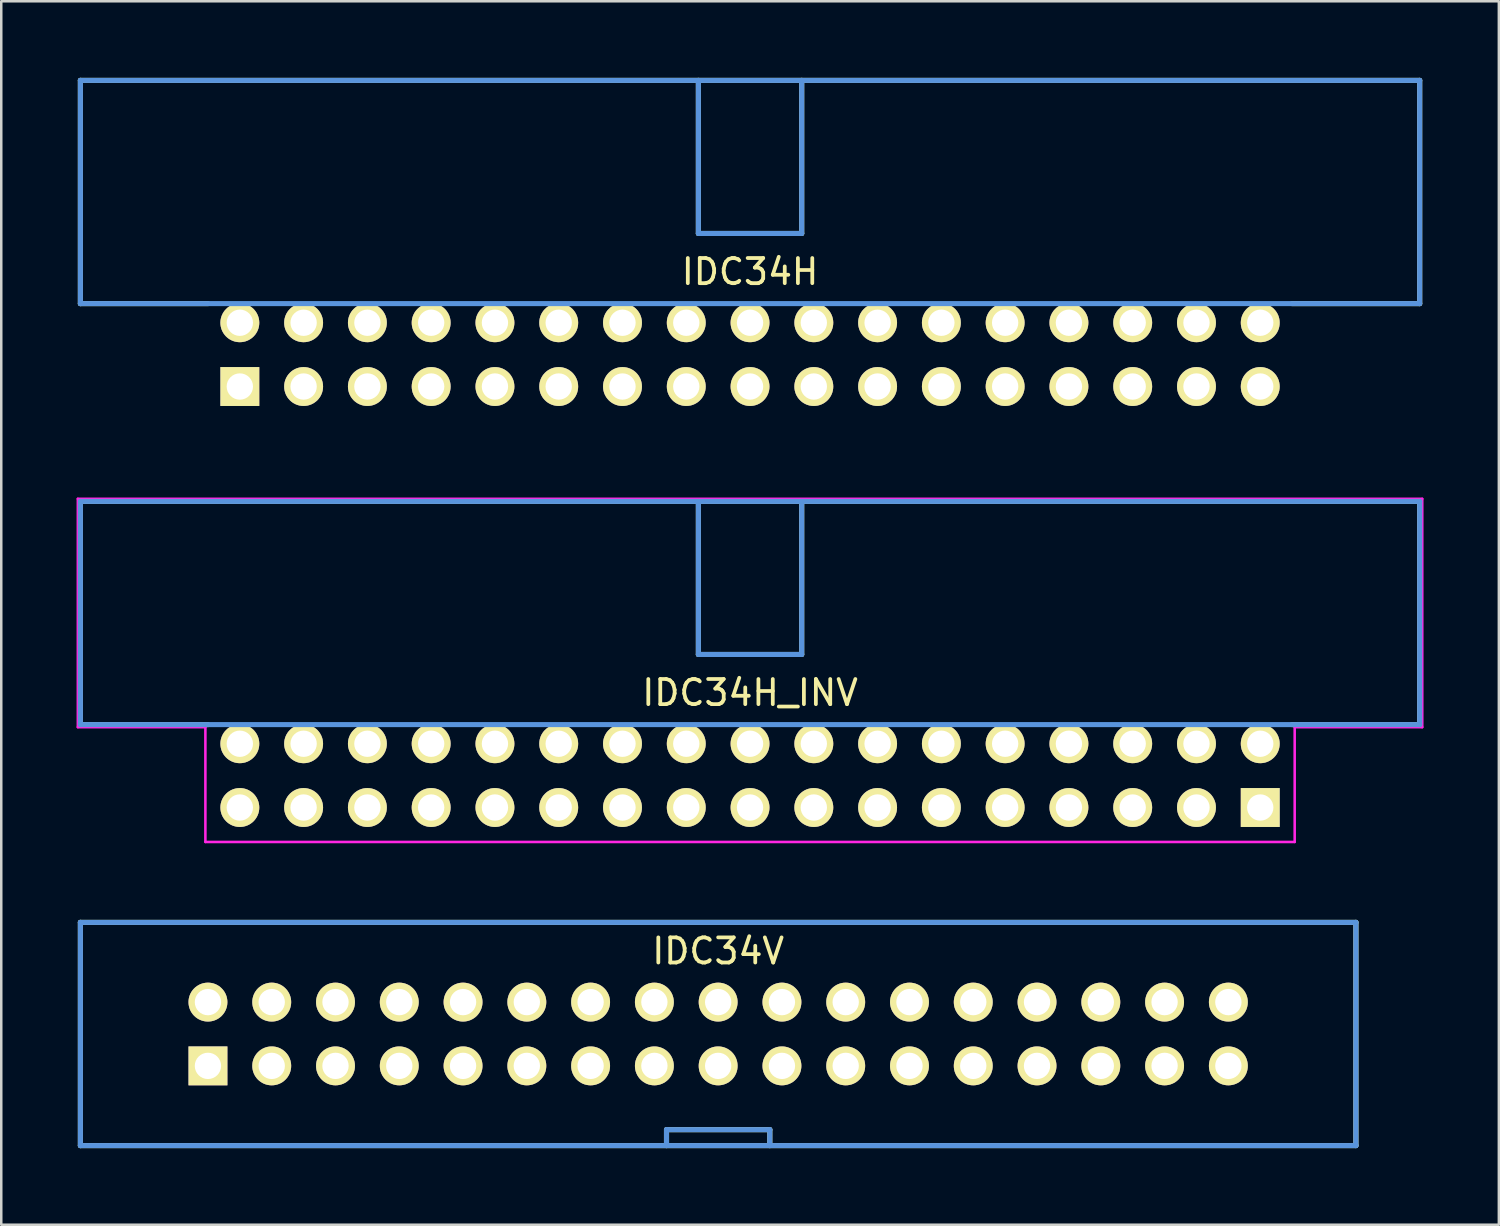
<source format=kicad_pcb>
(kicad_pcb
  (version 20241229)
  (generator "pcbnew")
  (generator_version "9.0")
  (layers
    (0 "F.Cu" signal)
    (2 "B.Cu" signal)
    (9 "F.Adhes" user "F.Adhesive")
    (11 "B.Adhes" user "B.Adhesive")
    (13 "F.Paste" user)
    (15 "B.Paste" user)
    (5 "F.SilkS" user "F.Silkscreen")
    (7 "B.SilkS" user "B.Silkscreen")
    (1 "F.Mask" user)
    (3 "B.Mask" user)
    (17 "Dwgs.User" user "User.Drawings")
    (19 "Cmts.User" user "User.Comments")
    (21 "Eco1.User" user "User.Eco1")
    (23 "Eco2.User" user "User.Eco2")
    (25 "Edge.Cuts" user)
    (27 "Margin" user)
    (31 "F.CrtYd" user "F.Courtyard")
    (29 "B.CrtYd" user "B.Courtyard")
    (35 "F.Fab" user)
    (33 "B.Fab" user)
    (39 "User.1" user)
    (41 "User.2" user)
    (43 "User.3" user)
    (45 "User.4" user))
  (footprint "IDC34H_INV"
    (layer "F.Cu")
    (at 6.502 29.111)
    (property "Reference" "IDC34H_INV" (at 20.32 -4.572 0) (layer "F.SilkS") (effects (font (size 1.001 1.001) (thickness 0.15))))
    (attr through_hole)
    (fp_line (start -6.35 -12.192) (end 46.99 -12.192) (stroke (width 0.203) (type solid)) (layer "F.SilkS"))
    (fp_line (start -6.35 -3.302) (end -6.35 -12.192) (stroke (width 0.203) (type solid)) (layer "F.SilkS"))
    (fp_line (start -6.35 -3.302) (end -1.27 -3.302) (stroke (width 0.203) (type solid)) (layer "F.SilkS"))
    (fp_line (start 18.263 -12.192) (end 18.263 -6.096) (stroke (width 0.203) (type solid)) (layer "F.SilkS"))
    (fp_line (start 18.263 -6.096) (end 22.377 -6.096) (stroke (width 0.203) (type solid)) (layer "F.SilkS"))
    (fp_line (start 22.377 -12.192) (end 22.377 -6.096) (stroke (width 0.203) (type solid)) (layer "F.SilkS"))
    (fp_line (start 46.99 -12.192) (end 46.99 -3.302) (stroke (width 0.203) (type solid)) (layer "F.SilkS"))
    (fp_line (start 46.99 -3.302) (end 41.91 -3.302) (stroke (width 0.203) (type solid)) (layer "F.SilkS"))
    (fp_line (start -6.35 -12.192) (end -6.35 -3.302) (stroke (width 0.203) (type solid)) (layer "Cmts.User"))
    (fp_line (start -6.35 -3.302) (end 46.99 -3.302) (stroke (width 0.203) (type solid)) (layer "Cmts.User"))
    (fp_line (start 18.263 -12.192) (end 18.263 -6.096) (stroke (width 0.203) (type solid)) (layer "Cmts.User"))
    (fp_line (start 18.263 -6.096) (end 22.377 -6.096) (stroke (width 0.203) (type solid)) (layer "Cmts.User"))
    (fp_line (start 22.377 -12.192) (end 22.377 -6.096) (stroke (width 0.203) (type solid)) (layer "Cmts.User"))
    (fp_line (start 46.99 -12.192) (end -6.35 -12.192) (stroke (width 0.203) (type solid)) (layer "Cmts.User"))
    (fp_line (start 46.99 -3.302) (end 46.99 -12.192) (stroke (width 0.203) (type solid)) (layer "Cmts.User"))
    (fp_line (start -6.452 -12.294) (end -6.452 -3.2) (stroke (width 0.102) (type solid)) (layer "F.CrtYd"))
    (fp_line (start -6.452 -3.2) (end -1.372 -3.2) (stroke (width 0.102) (type solid)) (layer "F.CrtYd"))
    (fp_line (start -1.372 -3.2) (end -1.372 1.372) (stroke (width 0.102) (type solid)) (layer "F.CrtYd"))
    (fp_line (start -1.372 1.372) (end 42.012 1.372) (stroke (width 0.102) (type solid)) (layer "F.CrtYd"))
    (fp_line (start 42.012 -3.2) (end 47.092 -3.2) (stroke (width 0.102) (type solid)) (layer "F.CrtYd"))
    (fp_line (start 42.012 1.372) (end 42.012 -3.2) (stroke (width 0.102) (type solid)) (layer "F.CrtYd"))
    (fp_line (start 47.092 -12.294) (end -6.452 -12.294) (stroke (width 0.102) (type solid)) (layer "F.CrtYd"))
    (fp_line (start 47.092 -3.2) (end 47.092 -12.294) (stroke (width 0.102) (type solid)) (layer "F.CrtYd"))
    (pad "1" thru_hole rect (at 40.64 0) (size 1.549 1.549) (drill 1.049) (layers "*.Cu" "*.Mask" "F.SilkS"))
    (pad "2" thru_hole circle (at 40.64 -2.54) (size 1.549 1.549) (drill 1.049) (layers "*.Cu" "*.Mask" "F.SilkS"))
    (pad "3" thru_hole circle (at 38.1 0) (size 1.549 1.549) (drill 1.049) (layers "*.Cu" "*.Mask" "F.SilkS"))
    (pad "4" thru_hole circle (at 38.1 -2.54) (size 1.549 1.549) (drill 1.049) (layers "*.Cu" "*.Mask" "F.SilkS"))
    (pad "5" thru_hole circle (at 35.56 0) (size 1.549 1.549) (drill 1.049) (layers "*.Cu" "*.Mask" "F.SilkS"))
    (pad "6" thru_hole circle (at 35.56 -2.54) (size 1.549 1.549) (drill 1.049) (layers "*.Cu" "*.Mask" "F.SilkS"))
    (pad "7" thru_hole circle (at 33.02 0) (size 1.549 1.549) (drill 1.049) (layers "*.Cu" "*.Mask" "F.SilkS"))
    (pad "8" thru_hole circle (at 33.02 -2.54) (size 1.549 1.549) (drill 1.049) (layers "*.Cu" "*.Mask" "F.SilkS"))
    (pad "9" thru_hole circle (at 30.48 0) (size 1.549 1.549) (drill 1.049) (layers "*.Cu" "*.Mask" "F.SilkS"))
    (pad "10" thru_hole circle (at 30.48 -2.54) (size 1.549 1.549) (drill 1.049) (layers "*.Cu" "*.Mask" "F.SilkS"))
    (pad "11" thru_hole circle (at 27.94 0) (size 1.549 1.549) (drill 1.049) (layers "*.Cu" "*.Mask" "F.SilkS"))
    (pad "12" thru_hole circle (at 27.94 -2.54) (size 1.549 1.549) (drill 1.049) (layers "*.Cu" "*.Mask" "F.SilkS"))
    (pad "13" thru_hole circle (at 25.4 0) (size 1.549 1.549) (drill 1.049) (layers "*.Cu" "*.Mask" "F.SilkS"))
    (pad "14" thru_hole circle (at 25.4 -2.54) (size 1.549 1.549) (drill 1.049) (layers "*.Cu" "*.Mask" "F.SilkS"))
    (pad "15" thru_hole circle (at 22.86 0) (size 1.549 1.549) (drill 1.049) (layers "*.Cu" "*.Mask" "F.SilkS"))
    (pad "16" thru_hole circle (at 22.86 -2.54) (size 1.549 1.549) (drill 1.049) (layers "*.Cu" "*.Mask" "F.SilkS"))
    (pad "17" thru_hole circle (at 20.32 0) (size 1.549 1.549) (drill 1.049) (layers "*.Cu" "*.Mask" "F.SilkS"))
    (pad "18" thru_hole circle (at 20.32 -2.54) (size 1.549 1.549) (drill 1.049) (layers "*.Cu" "*.Mask" "F.SilkS"))
    (pad "19" thru_hole circle (at 17.78 0) (size 1.549 1.549) (drill 1.049) (layers "*.Cu" "*.Mask" "F.SilkS"))
    (pad "20" thru_hole circle (at 17.78 -2.54) (size 1.549 1.549) (drill 1.049) (layers "*.Cu" "*.Mask" "F.SilkS"))
    (pad "21" thru_hole circle (at 15.24 0) (size 1.549 1.549) (drill 1.049) (layers "*.Cu" "*.Mask" "F.SilkS"))
    (pad "22" thru_hole circle (at 15.24 -2.54) (size 1.549 1.549) (drill 1.049) (layers "*.Cu" "*.Mask" "F.SilkS"))
    (pad "23" thru_hole circle (at 12.7 0) (size 1.549 1.549) (drill 1.049) (layers "*.Cu" "*.Mask" "F.SilkS"))
    (pad "24" thru_hole circle (at 12.7 -2.54) (size 1.549 1.549) (drill 1.049) (layers "*.Cu" "*.Mask" "F.SilkS"))
    (pad "25" thru_hole circle (at 10.16 0) (size 1.549 1.549) (drill 1.049) (layers "*.Cu" "*.Mask" "F.SilkS"))
    (pad "26" thru_hole circle (at 10.16 -2.54) (size 1.549 1.549) (drill 1.049) (layers "*.Cu" "*.Mask" "F.SilkS"))
    (pad "27" thru_hole circle (at 7.62 0) (size 1.549 1.549) (drill 1.049) (layers "*.Cu" "*.Mask" "F.SilkS"))
    (pad "28" thru_hole circle (at 7.62 -2.54) (size 1.549 1.549) (drill 1.049) (layers "*.Cu" "*.Mask" "F.SilkS"))
    (pad "29" thru_hole circle (at 5.08 0) (size 1.549 1.549) (drill 1.049) (layers "*.Cu" "*.Mask" "F.SilkS"))
    (pad "30" thru_hole circle (at 5.08 -2.54) (size 1.549 1.549) (drill 1.049) (layers "*.Cu" "*.Mask" "F.SilkS"))
    (pad "31" thru_hole circle (at 2.54 0) (size 1.549 1.549) (drill 1.049) (layers "*.Cu" "*.Mask" "F.SilkS"))
    (pad "32" thru_hole circle (at 2.54 -2.54) (size 1.549 1.549) (drill 1.049) (layers "*.Cu" "*.Mask" "F.SilkS"))
    (pad "33" thru_hole circle (at 0 0) (size 1.549 1.549) (drill 1.049) (layers "*.Cu" "*.Mask" "F.SilkS"))
    (pad "34" thru_hole circle (at 0 -2.54) (size 1.549 1.549) (drill 1.049) (layers "*.Cu" "*.Mask" "F.SilkS")))
  (footprint "IDC34H"
    (layer "F.Cu")
    (at 6.502 12.344)
    (property "Reference" "IDC34H" (at 20.32 -4.572 0) (layer "F.SilkS") (effects (font (size 1.001 1.001) (thickness 0.15))))
    (attr through_hole)
    (fp_line (start -6.35 -12.192) (end 46.99 -12.192) (stroke (width 0.203) (type solid)) (layer "F.SilkS"))
    (fp_line (start -6.35 -3.302) (end -6.35 -12.192) (stroke (width 0.203) (type solid)) (layer "F.SilkS"))
    (fp_line (start -6.35 -3.302) (end -1.27 -3.302) (stroke (width 0.203) (type solid)) (layer "F.SilkS"))
    (fp_line (start 18.263 -12.192) (end 18.263 -6.096) (stroke (width 0.203) (type solid)) (layer "F.SilkS"))
    (fp_line (start 18.263 -6.096) (end 22.377 -6.096) (stroke (width 0.203) (type solid)) (layer "F.SilkS"))
    (fp_line (start 22.377 -12.192) (end 22.377 -6.096) (stroke (width 0.203) (type solid)) (layer "F.SilkS"))
    (fp_line (start 46.99 -12.192) (end 46.99 -3.302) (stroke (width 0.203) (type solid)) (layer "F.SilkS"))
    (fp_line (start 46.99 -3.302) (end 41.91 -3.302) (stroke (width 0.203) (type solid)) (layer "F.SilkS"))
    (fp_line (start -6.35 -12.192) (end -6.35 -3.302) (stroke (width 0.203) (type solid)) (layer "Cmts.User"))
    (fp_line (start -6.35 -3.302) (end 46.99 -3.302) (stroke (width 0.203) (type solid)) (layer "Cmts.User"))
    (fp_line (start 18.263 -12.192) (end 18.263 -6.096) (stroke (width 0.203) (type solid)) (layer "Cmts.User"))
    (fp_line (start 18.263 -6.096) (end 22.377 -6.096) (stroke (width 0.203) (type solid)) (layer "Cmts.User"))
    (fp_line (start 22.377 -12.192) (end 22.377 -6.096) (stroke (width 0.203) (type solid)) (layer "Cmts.User"))
    (fp_line (start 46.99 -12.192) (end -6.35 -12.192) (stroke (width 0.203) (type solid)) (layer "Cmts.User"))
    (fp_line (start 46.99 -3.302) (end 46.99 -12.192) (stroke (width 0.203) (type solid)) (layer "Cmts.User"))
    (fp_line (start -6.452 -12.294) (end -6.452 -3.2) (stroke (width 0.102) (type solid)) (layer "Eco1.User"))
    (fp_line (start -6.452 -3.2) (end -1.372 -3.2) (stroke (width 0.102) (type solid)) (layer "Eco1.User"))
    (fp_line (start -1.372 -3.2) (end -1.372 1.372) (stroke (width 0.102) (type solid)) (layer "Eco1.User"))
    (fp_line (start -1.372 1.372) (end 42.012 1.372) (stroke (width 0.102) (type solid)) (layer "Eco1.User"))
    (fp_line (start 42.012 -3.2) (end 47.092 -3.2) (stroke (width 0.102) (type solid)) (layer "Eco1.User"))
    (fp_line (start 42.012 1.372) (end 42.012 -3.2) (stroke (width 0.102) (type solid)) (layer "Eco1.User"))
    (fp_line (start 47.092 -12.294) (end -6.452 -12.294) (stroke (width 0.102) (type solid)) (layer "Eco1.User"))
    (fp_line (start 47.092 -3.2) (end 47.092 -12.294) (stroke (width 0.102) (type solid)) (layer "Eco1.User"))
    (pad "1" thru_hole rect (at 0 0) (size 1.549 1.549) (drill 1.049) (layers "*.Cu" "*.Mask" "F.SilkS"))
    (pad "2" thru_hole circle (at 0 -2.54) (size 1.549 1.549) (drill 1.049) (layers "*.Cu" "*.Mask" "F.SilkS"))
    (pad "3" thru_hole circle (at 2.54 0) (size 1.549 1.549) (drill 1.049) (layers "*.Cu" "*.Mask" "F.SilkS"))
    (pad "4" thru_hole circle (at 2.54 -2.54) (size 1.549 1.549) (drill 1.049) (layers "*.Cu" "*.Mask" "F.SilkS"))
    (pad "5" thru_hole circle (at 5.08 0) (size 1.549 1.549) (drill 1.049) (layers "*.Cu" "*.Mask" "F.SilkS"))
    (pad "6" thru_hole circle (at 5.08 -2.54) (size 1.549 1.549) (drill 1.049) (layers "*.Cu" "*.Mask" "F.SilkS"))
    (pad "7" thru_hole circle (at 7.62 0) (size 1.549 1.549) (drill 1.049) (layers "*.Cu" "*.Mask" "F.SilkS"))
    (pad "8" thru_hole circle (at 7.62 -2.54) (size 1.549 1.549) (drill 1.049) (layers "*.Cu" "*.Mask" "F.SilkS"))
    (pad "9" thru_hole circle (at 10.16 0) (size 1.549 1.549) (drill 1.049) (layers "*.Cu" "*.Mask" "F.SilkS"))
    (pad "10" thru_hole circle (at 10.16 -2.54) (size 1.549 1.549) (drill 1.049) (layers "*.Cu" "*.Mask" "F.SilkS"))
    (pad "11" thru_hole circle (at 12.7 0) (size 1.549 1.549) (drill 1.049) (layers "*.Cu" "*.Mask" "F.SilkS"))
    (pad "12" thru_hole circle (at 12.7 -2.54) (size 1.549 1.549) (drill 1.049) (layers "*.Cu" "*.Mask" "F.SilkS"))
    (pad "13" thru_hole circle (at 15.24 0) (size 1.549 1.549) (drill 1.049) (layers "*.Cu" "*.Mask" "F.SilkS"))
    (pad "14" thru_hole circle (at 15.24 -2.54) (size 1.549 1.549) (drill 1.049) (layers "*.Cu" "*.Mask" "F.SilkS"))
    (pad "15" thru_hole circle (at 17.78 0) (size 1.549 1.549) (drill 1.049) (layers "*.Cu" "*.Mask" "F.SilkS"))
    (pad "16" thru_hole circle (at 17.78 -2.54) (size 1.549 1.549) (drill 1.049) (layers "*.Cu" "*.Mask" "F.SilkS"))
    (pad "17" thru_hole circle (at 20.32 0) (size 1.549 1.549) (drill 1.049) (layers "*.Cu" "*.Mask" "F.SilkS"))
    (pad "18" thru_hole circle (at 20.32 -2.54) (size 1.549 1.549) (drill 1.049) (layers "*.Cu" "*.Mask" "F.SilkS"))
    (pad "19" thru_hole circle (at 22.86 0) (size 1.549 1.549) (drill 1.049) (layers "*.Cu" "*.Mask" "F.SilkS"))
    (pad "20" thru_hole circle (at 22.86 -2.54) (size 1.549 1.549) (drill 1.049) (layers "*.Cu" "*.Mask" "F.SilkS"))
    (pad "21" thru_hole circle (at 25.4 0) (size 1.549 1.549) (drill 1.049) (layers "*.Cu" "*.Mask" "F.SilkS"))
    (pad "22" thru_hole circle (at 25.4 -2.54) (size 1.549 1.549) (drill 1.049) (layers "*.Cu" "*.Mask" "F.SilkS"))
    (pad "23" thru_hole circle (at 27.94 0) (size 1.549 1.549) (drill 1.049) (layers "*.Cu" "*.Mask" "F.SilkS"))
    (pad "24" thru_hole circle (at 27.94 -2.54) (size 1.549 1.549) (drill 1.049) (layers "*.Cu" "*.Mask" "F.SilkS"))
    (pad "25" thru_hole circle (at 30.48 0) (size 1.549 1.549) (drill 1.049) (layers "*.Cu" "*.Mask" "F.SilkS"))
    (pad "26" thru_hole circle (at 30.48 -2.54) (size 1.549 1.549) (drill 1.049) (layers "*.Cu" "*.Mask" "F.SilkS"))
    (pad "27" thru_hole circle (at 33.02 0) (size 1.549 1.549) (drill 1.049) (layers "*.Cu" "*.Mask" "F.SilkS"))
    (pad "28" thru_hole circle (at 33.02 -2.54) (size 1.549 1.549) (drill 1.049) (layers "*.Cu" "*.Mask" "F.SilkS"))
    (pad "29" thru_hole circle (at 35.56 0) (size 1.549 1.549) (drill 1.049) (layers "*.Cu" "*.Mask" "F.SilkS"))
    (pad "30" thru_hole circle (at 35.56 -2.54) (size 1.549 1.549) (drill 1.049) (layers "*.Cu" "*.Mask" "F.SilkS"))
    (pad "31" thru_hole circle (at 38.1 0) (size 1.549 1.549) (drill 1.049) (layers "*.Cu" "*.Mask" "F.SilkS"))
    (pad "32" thru_hole circle (at 38.1 -2.54) (size 1.549 1.549) (drill 1.049) (layers "*.Cu" "*.Mask" "F.SilkS"))
    (pad "33" thru_hole circle (at 40.64 0) (size 1.549 1.549) (drill 1.049) (layers "*.Cu" "*.Mask" "F.SilkS"))
    (pad "34" thru_hole circle (at 40.64 -2.54) (size 1.549 1.549) (drill 1.049) (layers "*.Cu" "*.Mask" "F.SilkS")))
  (footprint "IDC34V"
    (layer "F.Cu")
    (at 5.232 39.401)
    (property "Reference" "IDC34V" (at 20.32 -4.572 0) (layer "F.SilkS") (effects (font (size 1.001 1.001) (thickness 0.15))))
    (attr through_hole)
    (fp_line (start -5.08 -5.715) (end 45.72 -5.715) (stroke (width 0.203) (type solid)) (layer "F.SilkS"))
    (fp_line (start -5.08 3.175) (end -5.08 -5.715) (stroke (width 0.203) (type solid)) (layer "F.SilkS"))
    (fp_line (start 18.263 2.54) (end 22.377 2.54) (stroke (width 0.203) (type solid)) (layer "F.SilkS"))
    (fp_line (start 18.263 3.175) (end 18.263 2.54) (stroke (width 0.203) (type solid)) (layer "F.SilkS"))
    (fp_line (start 22.377 3.175) (end 22.377 2.54) (stroke (width 0.203) (type solid)) (layer "F.SilkS"))
    (fp_line (start 45.72 -5.715) (end 45.72 3.175) (stroke (width 0.203) (type solid)) (layer "F.SilkS"))
    (fp_line (start 45.72 3.175) (end -5.08 3.175) (stroke (width 0.203) (type solid)) (layer "F.SilkS"))
    (fp_line (start -5.08 -5.715) (end 45.72 -5.715) (stroke (width 0.203) (type solid)) (layer "Cmts.User"))
    (fp_line (start -5.08 3.175) (end -5.08 -5.715) (stroke (width 0.203) (type solid)) (layer "Cmts.User"))
    (fp_line (start 18.263 2.54) (end 22.377 2.54) (stroke (width 0.203) (type solid)) (layer "Cmts.User"))
    (fp_line (start 18.263 3.175) (end 18.263 2.54) (stroke (width 0.203) (type solid)) (layer "Cmts.User"))
    (fp_line (start 22.377 3.175) (end 22.377 2.54) (stroke (width 0.203) (type solid)) (layer "Cmts.User"))
    (fp_line (start 45.72 -5.715) (end 45.72 3.175) (stroke (width 0.203) (type solid)) (layer "Cmts.User"))
    (fp_line (start 45.72 3.175) (end -5.08 3.175) (stroke (width 0.203) (type solid)) (layer "Cmts.User"))
    (fp_line (start -5.182 -5.817) (end 45.822 -5.817) (stroke (width 0.102) (type solid)) (layer "Eco1.User"))
    (fp_line (start -5.182 3.277) (end -5.182 -5.817) (stroke (width 0.102) (type solid)) (layer "Eco1.User"))
    (fp_line (start 45.822 -5.817) (end 45.822 3.277) (stroke (width 0.102) (type solid)) (layer "Eco1.User"))
    (fp_line (start 45.822 3.277) (end -5.182 3.277) (stroke (width 0.102) (type solid)) (layer "Eco1.User"))
    (pad "1" thru_hole rect (at 0 0) (size 1.549 1.549) (drill 1.049) (layers "*.Cu" "*.Mask" "F.SilkS"))
    (pad "2" thru_hole circle (at 0 -2.54) (size 1.549 1.549) (drill 1.049) (layers "*.Cu" "*.Mask" "F.SilkS"))
    (pad "3" thru_hole circle (at 2.54 0) (size 1.549 1.549) (drill 1.049) (layers "*.Cu" "*.Mask" "F.SilkS"))
    (pad "4" thru_hole circle (at 2.54 -2.54) (size 1.549 1.549) (drill 1.049) (layers "*.Cu" "*.Mask" "F.SilkS"))
    (pad "5" thru_hole circle (at 5.08 0) (size 1.549 1.549) (drill 1.049) (layers "*.Cu" "*.Mask" "F.SilkS"))
    (pad "6" thru_hole circle (at 5.08 -2.54) (size 1.549 1.549) (drill 1.049) (layers "*.Cu" "*.Mask" "F.SilkS"))
    (pad "7" thru_hole circle (at 7.62 0) (size 1.549 1.549) (drill 1.049) (layers "*.Cu" "*.Mask" "F.SilkS"))
    (pad "8" thru_hole circle (at 7.62 -2.54) (size 1.549 1.549) (drill 1.049) (layers "*.Cu" "*.Mask" "F.SilkS"))
    (pad "9" thru_hole circle (at 10.16 0) (size 1.549 1.549) (drill 1.049) (layers "*.Cu" "*.Mask" "F.SilkS"))
    (pad "10" thru_hole circle (at 10.16 -2.54) (size 1.549 1.549) (drill 1.049) (layers "*.Cu" "*.Mask" "F.SilkS"))
    (pad "11" thru_hole circle (at 12.7 0) (size 1.549 1.549) (drill 1.049) (layers "*.Cu" "*.Mask" "F.SilkS"))
    (pad "12" thru_hole circle (at 12.7 -2.54) (size 1.549 1.549) (drill 1.049) (layers "*.Cu" "*.Mask" "F.SilkS"))
    (pad "13" thru_hole circle (at 15.24 0) (size 1.549 1.549) (drill 1.049) (layers "*.Cu" "*.Mask" "F.SilkS"))
    (pad "14" thru_hole circle (at 15.24 -2.54) (size 1.549 1.549) (drill 1.049) (layers "*.Cu" "*.Mask" "F.SilkS"))
    (pad "15" thru_hole circle (at 17.78 0) (size 1.549 1.549) (drill 1.049) (layers "*.Cu" "*.Mask" "F.SilkS"))
    (pad "16" thru_hole circle (at 17.78 -2.54) (size 1.549 1.549) (drill 1.049) (layers "*.Cu" "*.Mask" "F.SilkS"))
    (pad "17" thru_hole circle (at 20.32 0) (size 1.549 1.549) (drill 1.049) (layers "*.Cu" "*.Mask" "F.SilkS"))
    (pad "18" thru_hole circle (at 20.32 -2.54) (size 1.549 1.549) (drill 1.049) (layers "*.Cu" "*.Mask" "F.SilkS"))
    (pad "19" thru_hole circle (at 22.86 0) (size 1.549 1.549) (drill 1.049) (layers "*.Cu" "*.Mask" "F.SilkS"))
    (pad "20" thru_hole circle (at 22.86 -2.54) (size 1.549 1.549) (drill 1.049) (layers "*.Cu" "*.Mask" "F.SilkS"))
    (pad "21" thru_hole circle (at 25.4 0) (size 1.549 1.549) (drill 1.049) (layers "*.Cu" "*.Mask" "F.SilkS"))
    (pad "22" thru_hole circle (at 25.4 -2.54) (size 1.549 1.549) (drill 1.049) (layers "*.Cu" "*.Mask" "F.SilkS"))
    (pad "23" thru_hole circle (at 27.94 0) (size 1.549 1.549) (drill 1.049) (layers "*.Cu" "*.Mask" "F.SilkS"))
    (pad "24" thru_hole circle (at 27.94 -2.54) (size 1.549 1.549) (drill 1.049) (layers "*.Cu" "*.Mask" "F.SilkS"))
    (pad "25" thru_hole circle (at 30.48 0) (size 1.549 1.549) (drill 1.049) (layers "*.Cu" "*.Mask" "F.SilkS"))
    (pad "26" thru_hole circle (at 30.48 -2.54) (size 1.549 1.549) (drill 1.049) (layers "*.Cu" "*.Mask" "F.SilkS"))
    (pad "27" thru_hole circle (at 33.02 0) (size 1.549 1.549) (drill 1.049) (layers "*.Cu" "*.Mask" "F.SilkS"))
    (pad "28" thru_hole circle (at 33.02 -2.54) (size 1.549 1.549) (drill 1.049) (layers "*.Cu" "*.Mask" "F.SilkS"))
    (pad "29" thru_hole circle (at 35.56 0) (size 1.549 1.549) (drill 1.049) (layers "*.Cu" "*.Mask" "F.SilkS"))
    (pad "30" thru_hole circle (at 35.56 -2.54) (size 1.549 1.549) (drill 1.049) (layers "*.Cu" "*.Mask" "F.SilkS"))
    (pad "31" thru_hole circle (at 38.1 0) (size 1.549 1.549) (drill 1.049) (layers "*.Cu" "*.Mask" "F.SilkS"))
    (pad "32" thru_hole circle (at 38.1 -2.54) (size 1.549 1.549) (drill 1.049) (layers "*.Cu" "*.Mask" "F.SilkS"))
    (pad "33" thru_hole circle (at 40.64 0) (size 1.549 1.549) (drill 1.049) (layers "*.Cu" "*.Mask" "F.SilkS"))
    (pad "34" thru_hole circle (at 40.64 -2.54) (size 1.549 1.549) (drill 1.049) (layers "*.Cu" "*.Mask" "F.SilkS")))
  (gr_rect
    (start -3 -3)
    (end 56.645 45.728)
    (stroke (width 0.1) (type default))
    (fill no)
    (layer "Edge.Cuts")))
</source>
